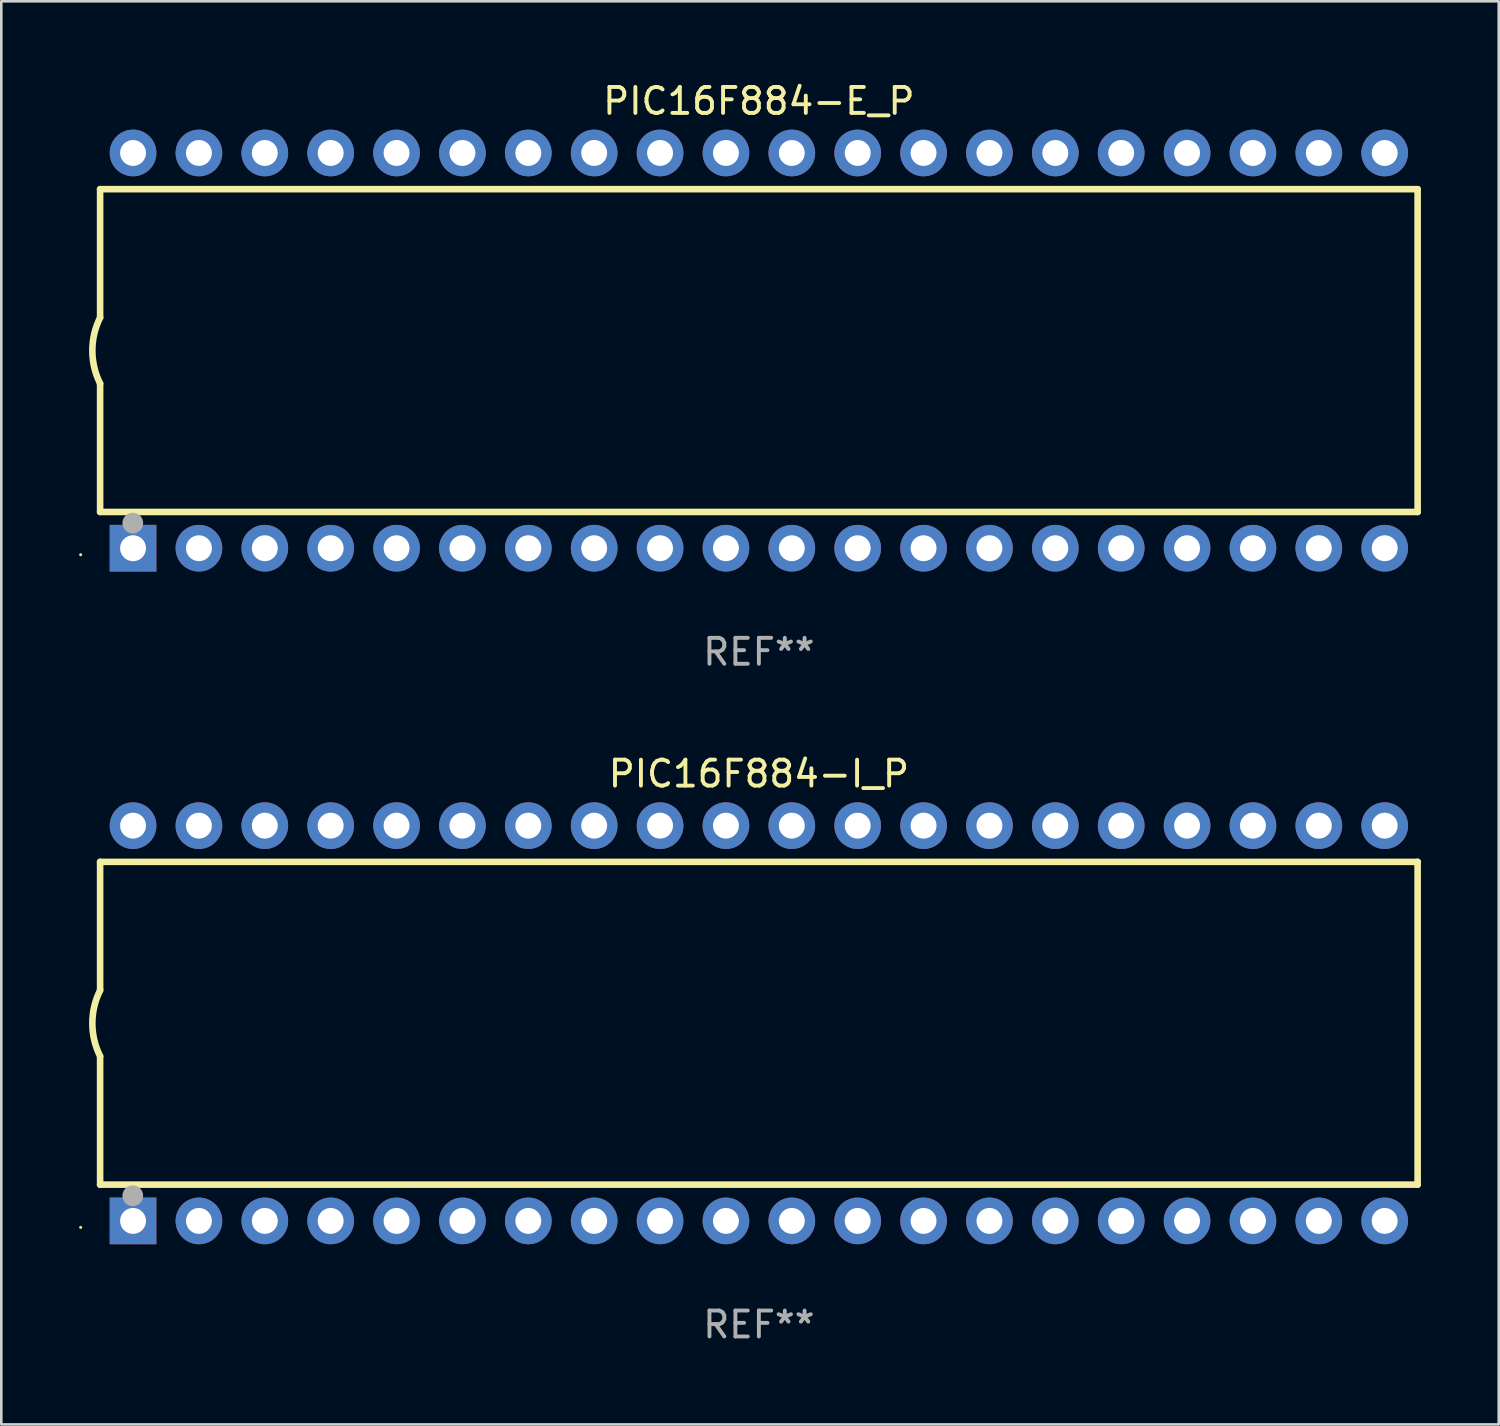
<source format=kicad_pcb>
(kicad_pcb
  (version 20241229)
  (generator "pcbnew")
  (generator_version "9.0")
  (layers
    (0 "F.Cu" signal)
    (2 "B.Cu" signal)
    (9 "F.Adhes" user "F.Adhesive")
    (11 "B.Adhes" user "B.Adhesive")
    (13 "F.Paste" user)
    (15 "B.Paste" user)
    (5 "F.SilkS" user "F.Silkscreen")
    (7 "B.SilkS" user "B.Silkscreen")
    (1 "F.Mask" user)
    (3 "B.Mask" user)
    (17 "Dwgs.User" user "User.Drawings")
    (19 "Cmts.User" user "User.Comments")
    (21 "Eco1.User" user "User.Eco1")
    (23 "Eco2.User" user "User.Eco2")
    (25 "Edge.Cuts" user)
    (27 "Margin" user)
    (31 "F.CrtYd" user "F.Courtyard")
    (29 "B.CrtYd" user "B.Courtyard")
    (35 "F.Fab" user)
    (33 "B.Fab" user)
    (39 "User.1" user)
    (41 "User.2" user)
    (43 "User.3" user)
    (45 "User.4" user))
  (footprint "PIC16F884-E_P"
    (layer "F.Cu")
    (at 26.21 10.468)
    (property "Reference" "PIC16F884-E_P" (at 0 -9.62 0) (layer "F.SilkS") (effects (font (size 1 1) (thickness 0.15))))
    (attr through_hole)
    (fp_line (start -25.4 -6.224) (end -25.4 -1.271) (stroke (width 0.254) (type solid)) (layer "F.SilkS"))
    (fp_line (start -25.4 -6.224) (end 25.4 -6.224) (stroke (width 0.254) (type solid)) (layer "F.SilkS"))
    (fp_line (start -25.4 1.269) (end -25.4 6.222) (stroke (width 0.254) (type solid)) (layer "F.SilkS"))
    (fp_line (start -25.4 6.222) (end 25.4 6.222) (stroke (width 0.254) (type solid)) (layer "F.SilkS"))
    (fp_line (start 25.4 6.222) (end 25.4 -6.224) (stroke (width 0.254) (type solid)) (layer "F.SilkS"))
    (fp_arc (start -25.4 1.269241) (mid -25.699807 -0.000762) (end -25.4 -1.270765) (stroke (width 0.254001) (type solid)) (layer "F.SilkS"))
    (fp_circle (center -26.15 7.87) (end -26.12 7.87) (stroke (width 0.06) (type solid)) (fill no) (layer "F.SilkS"))
    (fp_circle (center -24.14 6.65) (end -23.94 6.65) (stroke (width 0.4) (type solid)) (fill no) (layer "F.Fab"))
    (fp_text user "REF**" (at 0 11.62 0) (layer "F.Fab") (effects (font (size 1 1) (thickness 0.15))))
    (pad "1" thru_hole rect (at -24.13 7.62 90) (size 1.8 1.8) (drill 1) (layers "*.Cu" "*.Mask"))
    (pad "2" thru_hole circle (at -21.59 7.62) (size 1.8 1.8) (drill 1) (layers "*.Cu" "*.Mask"))
    (pad "3" thru_hole circle (at -19.05 7.62) (size 1.8 1.8) (drill 1) (layers "*.Cu" "*.Mask"))
    (pad "4" thru_hole circle (at -16.51 7.62) (size 1.8 1.8) (drill 1) (layers "*.Cu" "*.Mask"))
    (pad "5" thru_hole circle (at -13.97 7.62) (size 1.8 1.8) (drill 1) (layers "*.Cu" "*.Mask"))
    (pad "6" thru_hole circle (at -11.43 7.62) (size 1.8 1.8) (drill 1) (layers "*.Cu" "*.Mask"))
    (pad "7" thru_hole circle (at -8.89 7.62) (size 1.8 1.8) (drill 1) (layers "*.Cu" "*.Mask"))
    (pad "8" thru_hole circle (at -6.35 7.62) (size 1.8 1.8) (drill 1) (layers "*.Cu" "*.Mask"))
    (pad "9" thru_hole circle (at -3.81 7.62) (size 1.8 1.8) (drill 1) (layers "*.Cu" "*.Mask"))
    (pad "10" thru_hole circle (at -1.27 7.62) (size 1.8 1.8) (drill 1) (layers "*.Cu" "*.Mask"))
    (pad "11" thru_hole circle (at 1.27 7.62) (size 1.8 1.8) (drill 1) (layers "*.Cu" "*.Mask"))
    (pad "12" thru_hole circle (at 3.81 7.62) (size 1.8 1.8) (drill 1) (layers "*.Cu" "*.Mask"))
    (pad "13" thru_hole circle (at 6.35 7.62) (size 1.8 1.8) (drill 1) (layers "*.Cu" "*.Mask"))
    (pad "14" thru_hole circle (at 8.89 7.62) (size 1.8 1.8) (drill 1) (layers "*.Cu" "*.Mask"))
    (pad "15" thru_hole circle (at 11.43 7.62) (size 1.8 1.8) (drill 1) (layers "*.Cu" "*.Mask"))
    (pad "16" thru_hole circle (at 13.97 7.62) (size 1.8 1.8) (drill 1) (layers "*.Cu" "*.Mask"))
    (pad "17" thru_hole circle (at 16.51 7.62) (size 1.8 1.8) (drill 1) (layers "*.Cu" "*.Mask"))
    (pad "18" thru_hole circle (at 19.05 7.62) (size 1.8 1.8) (drill 1) (layers "*.Cu" "*.Mask"))
    (pad "19" thru_hole circle (at 21.59 7.62) (size 1.8 1.8) (drill 1) (layers "*.Cu" "*.Mask"))
    (pad "20" thru_hole circle (at 24.13 7.62) (size 1.8 1.8) (drill 1) (layers "*.Cu" "*.Mask"))
    (pad "21" thru_hole circle (at 24.13 -7.62) (size 1.8 1.8) (drill 1) (layers "*.Cu" "*.Mask"))
    (pad "22" thru_hole circle (at 21.59 -7.62) (size 1.8 1.8) (drill 1) (layers "*.Cu" "*.Mask"))
    (pad "23" thru_hole circle (at 19.05 -7.62) (size 1.8 1.8) (drill 1) (layers "*.Cu" "*.Mask"))
    (pad "24" thru_hole circle (at 16.51 -7.62) (size 1.8 1.8) (drill 1) (layers "*.Cu" "*.Mask"))
    (pad "25" thru_hole circle (at 13.97 -7.62) (size 1.8 1.8) (drill 1) (layers "*.Cu" "*.Mask"))
    (pad "26" thru_hole circle (at 11.43 -7.62) (size 1.8 1.8) (drill 1) (layers "*.Cu" "*.Mask"))
    (pad "27" thru_hole circle (at 8.89 -7.62) (size 1.8 1.8) (drill 1) (layers "*.Cu" "*.Mask"))
    (pad "28" thru_hole circle (at 6.35 -7.62) (size 1.8 1.8) (drill 1) (layers "*.Cu" "*.Mask"))
    (pad "29" thru_hole circle (at 3.81 -7.62) (size 1.8 1.8) (drill 1) (layers "*.Cu" "*.Mask"))
    (pad "30" thru_hole circle (at 1.27 -7.62) (size 1.8 1.8) (drill 1) (layers "*.Cu" "*.Mask"))
    (pad "31" thru_hole circle (at -1.27 -7.62) (size 1.8 1.8) (drill 1) (layers "*.Cu" "*.Mask"))
    (pad "32" thru_hole circle (at -3.81 -7.62) (size 1.8 1.8) (drill 1) (layers "*.Cu" "*.Mask"))
    (pad "33" thru_hole circle (at -6.35 -7.62) (size 1.8 1.8) (drill 1) (layers "*.Cu" "*.Mask"))
    (pad "34" thru_hole circle (at -8.89 -7.62) (size 1.8 1.8) (drill 1) (layers "*.Cu" "*.Mask"))
    (pad "35" thru_hole circle (at -11.43 -7.62) (size 1.8 1.8) (drill 1) (layers "*.Cu" "*.Mask"))
    (pad "36" thru_hole circle (at -13.97 -7.62) (size 1.8 1.8) (drill 1) (layers "*.Cu" "*.Mask"))
    (pad "37" thru_hole circle (at -16.51 -7.62) (size 1.8 1.8) (drill 1) (layers "*.Cu" "*.Mask"))
    (pad "38" thru_hole circle (at -19.05 -7.62) (size 1.8 1.8) (drill 1) (layers "*.Cu" "*.Mask"))
    (pad "39" thru_hole circle (at -21.59 -7.62) (size 1.8 1.8) (drill 1) (layers "*.Cu" "*.Mask"))
    (pad "40" thru_hole circle (at -24.13 -7.62) (size 1.8 1.8) (drill 1) (layers "*.Cu" "*.Mask")))
  (footprint "PIC16F884-I_P"
    (layer "F.Cu")
    (at 26.21 36.405)
    (property "Reference" "PIC16F884-I_P" (at 0 -9.62 0) (layer "F.SilkS") (effects (font (size 1 1) (thickness 0.15))))
    (attr through_hole)
    (fp_line (start -25.4 -6.224) (end -25.4 -1.271) (stroke (width 0.254) (type solid)) (layer "F.SilkS"))
    (fp_line (start -25.4 -6.224) (end 25.4 -6.224) (stroke (width 0.254) (type solid)) (layer "F.SilkS"))
    (fp_line (start -25.4 1.269) (end -25.4 6.222) (stroke (width 0.254) (type solid)) (layer "F.SilkS"))
    (fp_line (start -25.4 6.222) (end 25.4 6.222) (stroke (width 0.254) (type solid)) (layer "F.SilkS"))
    (fp_line (start 25.4 6.222) (end 25.4 -6.224) (stroke (width 0.254) (type solid)) (layer "F.SilkS"))
    (fp_arc (start -25.4 1.269241) (mid -25.699807 -0.000762) (end -25.4 -1.270765) (stroke (width 0.254001) (type solid)) (layer "F.SilkS"))
    (fp_circle (center -26.15 7.87) (end -26.12 7.87) (stroke (width 0.06) (type solid)) (fill no) (layer "F.SilkS"))
    (fp_circle (center -24.14 6.65) (end -23.94 6.65) (stroke (width 0.4) (type solid)) (fill no) (layer "F.Fab"))
    (fp_text user "REF**" (at 0 11.62 0) (layer "F.Fab") (effects (font (size 1 1) (thickness 0.15))))
    (pad "1" thru_hole rect (at -24.13 7.62 90) (size 1.8 1.8) (drill 1) (layers "*.Cu" "*.Mask"))
    (pad "2" thru_hole circle (at -21.59 7.62) (size 1.8 1.8) (drill 1) (layers "*.Cu" "*.Mask"))
    (pad "3" thru_hole circle (at -19.05 7.62) (size 1.8 1.8) (drill 1) (layers "*.Cu" "*.Mask"))
    (pad "4" thru_hole circle (at -16.51 7.62) (size 1.8 1.8) (drill 1) (layers "*.Cu" "*.Mask"))
    (pad "5" thru_hole circle (at -13.97 7.62) (size 1.8 1.8) (drill 1) (layers "*.Cu" "*.Mask"))
    (pad "6" thru_hole circle (at -11.43 7.62) (size 1.8 1.8) (drill 1) (layers "*.Cu" "*.Mask"))
    (pad "7" thru_hole circle (at -8.89 7.62) (size 1.8 1.8) (drill 1) (layers "*.Cu" "*.Mask"))
    (pad "8" thru_hole circle (at -6.35 7.62) (size 1.8 1.8) (drill 1) (layers "*.Cu" "*.Mask"))
    (pad "9" thru_hole circle (at -3.81 7.62) (size 1.8 1.8) (drill 1) (layers "*.Cu" "*.Mask"))
    (pad "10" thru_hole circle (at -1.27 7.62) (size 1.8 1.8) (drill 1) (layers "*.Cu" "*.Mask"))
    (pad "11" thru_hole circle (at 1.27 7.62) (size 1.8 1.8) (drill 1) (layers "*.Cu" "*.Mask"))
    (pad "12" thru_hole circle (at 3.81 7.62) (size 1.8 1.8) (drill 1) (layers "*.Cu" "*.Mask"))
    (pad "13" thru_hole circle (at 6.35 7.62) (size 1.8 1.8) (drill 1) (layers "*.Cu" "*.Mask"))
    (pad "14" thru_hole circle (at 8.89 7.62) (size 1.8 1.8) (drill 1) (layers "*.Cu" "*.Mask"))
    (pad "15" thru_hole circle (at 11.43 7.62) (size 1.8 1.8) (drill 1) (layers "*.Cu" "*.Mask"))
    (pad "16" thru_hole circle (at 13.97 7.62) (size 1.8 1.8) (drill 1) (layers "*.Cu" "*.Mask"))
    (pad "17" thru_hole circle (at 16.51 7.62) (size 1.8 1.8) (drill 1) (layers "*.Cu" "*.Mask"))
    (pad "18" thru_hole circle (at 19.05 7.62) (size 1.8 1.8) (drill 1) (layers "*.Cu" "*.Mask"))
    (pad "19" thru_hole circle (at 21.59 7.62) (size 1.8 1.8) (drill 1) (layers "*.Cu" "*.Mask"))
    (pad "20" thru_hole circle (at 24.13 7.62) (size 1.8 1.8) (drill 1) (layers "*.Cu" "*.Mask"))
    (pad "21" thru_hole circle (at 24.13 -7.62) (size 1.8 1.8) (drill 1) (layers "*.Cu" "*.Mask"))
    (pad "22" thru_hole circle (at 21.59 -7.62) (size 1.8 1.8) (drill 1) (layers "*.Cu" "*.Mask"))
    (pad "23" thru_hole circle (at 19.05 -7.62) (size 1.8 1.8) (drill 1) (layers "*.Cu" "*.Mask"))
    (pad "24" thru_hole circle (at 16.51 -7.62) (size 1.8 1.8) (drill 1) (layers "*.Cu" "*.Mask"))
    (pad "25" thru_hole circle (at 13.97 -7.62) (size 1.8 1.8) (drill 1) (layers "*.Cu" "*.Mask"))
    (pad "26" thru_hole circle (at 11.43 -7.62) (size 1.8 1.8) (drill 1) (layers "*.Cu" "*.Mask"))
    (pad "27" thru_hole circle (at 8.89 -7.62) (size 1.8 1.8) (drill 1) (layers "*.Cu" "*.Mask"))
    (pad "28" thru_hole circle (at 6.35 -7.62) (size 1.8 1.8) (drill 1) (layers "*.Cu" "*.Mask"))
    (pad "29" thru_hole circle (at 3.81 -7.62) (size 1.8 1.8) (drill 1) (layers "*.Cu" "*.Mask"))
    (pad "30" thru_hole circle (at 1.27 -7.62) (size 1.8 1.8) (drill 1) (layers "*.Cu" "*.Mask"))
    (pad "31" thru_hole circle (at -1.27 -7.62) (size 1.8 1.8) (drill 1) (layers "*.Cu" "*.Mask"))
    (pad "32" thru_hole circle (at -3.81 -7.62) (size 1.8 1.8) (drill 1) (layers "*.Cu" "*.Mask"))
    (pad "33" thru_hole circle (at -6.35 -7.62) (size 1.8 1.8) (drill 1) (layers "*.Cu" "*.Mask"))
    (pad "34" thru_hole circle (at -8.89 -7.62) (size 1.8 1.8) (drill 1) (layers "*.Cu" "*.Mask"))
    (pad "35" thru_hole circle (at -11.43 -7.62) (size 1.8 1.8) (drill 1) (layers "*.Cu" "*.Mask"))
    (pad "36" thru_hole circle (at -13.97 -7.62) (size 1.8 1.8) (drill 1) (layers "*.Cu" "*.Mask"))
    (pad "37" thru_hole circle (at -16.51 -7.62) (size 1.8 1.8) (drill 1) (layers "*.Cu" "*.Mask"))
    (pad "38" thru_hole circle (at -19.05 -7.62) (size 1.8 1.8) (drill 1) (layers "*.Cu" "*.Mask"))
    (pad "39" thru_hole circle (at -21.59 -7.62) (size 1.8 1.8) (drill 1) (layers "*.Cu" "*.Mask"))
    (pad "40" thru_hole circle (at -24.13 -7.62) (size 1.8 1.8) (drill 1) (layers "*.Cu" "*.Mask")))
  (gr_rect
    (start -3 -3)
    (end 54.737 51.873)
    (stroke (width 0.1) (type default))
    (fill no)
    (layer "Edge.Cuts")))
</source>
